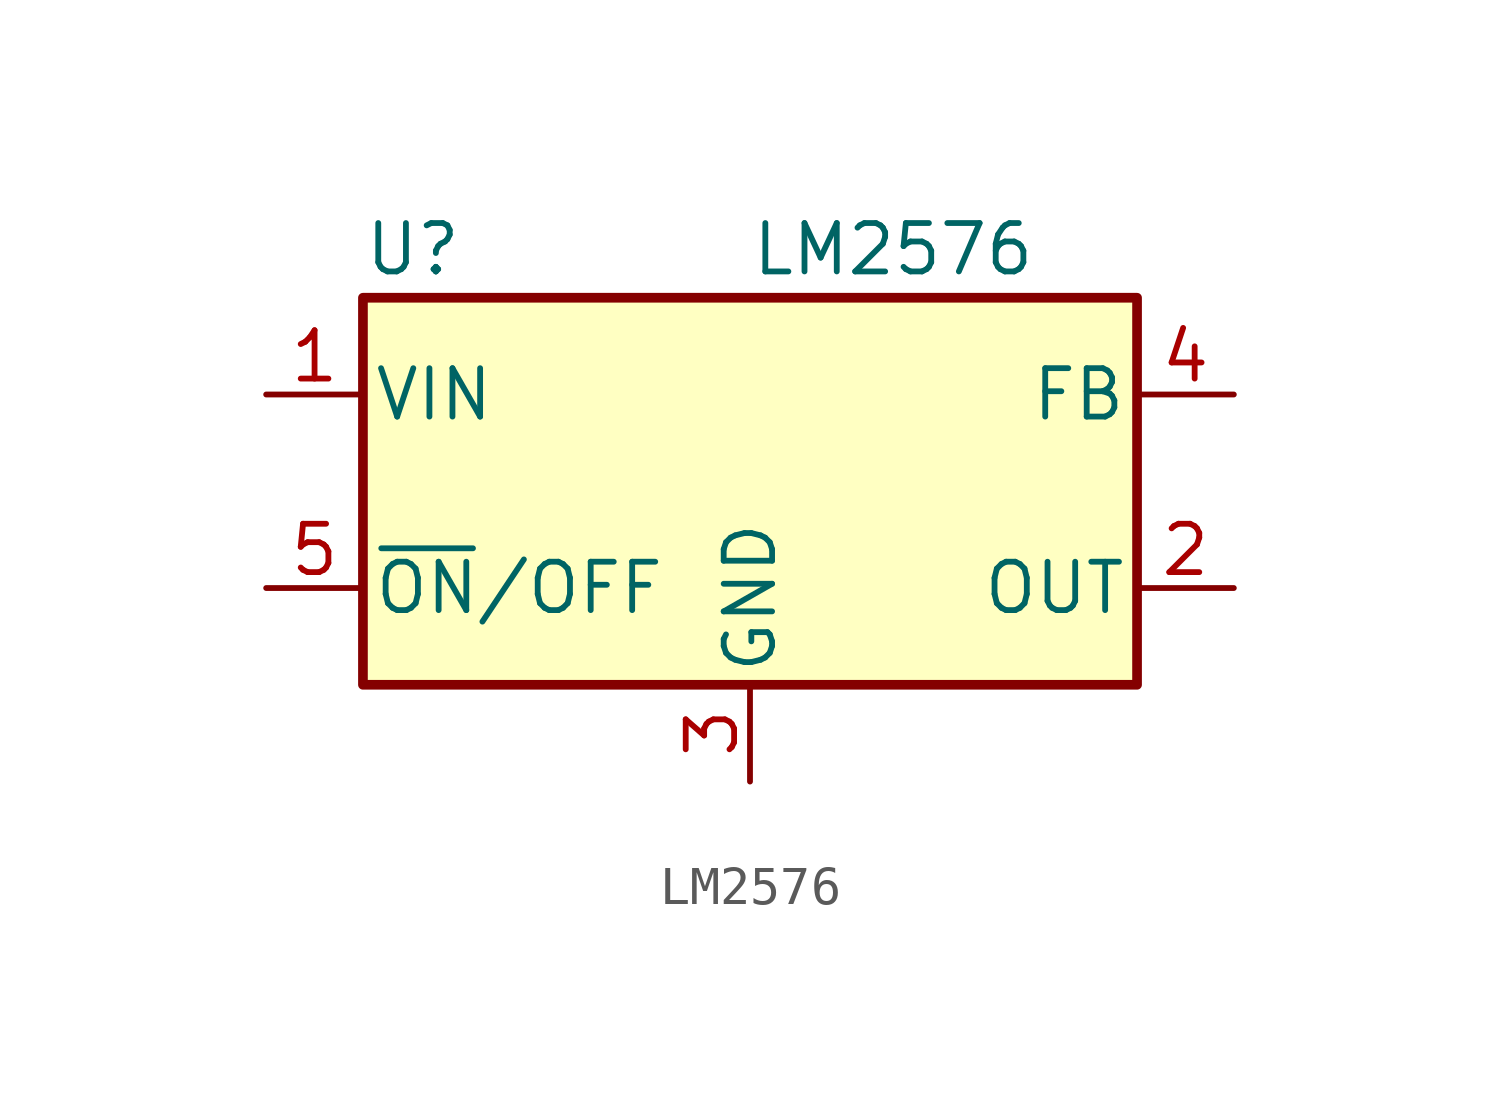
<source format=kicad_sym>
(kicad_symbol_lib
  (version 20231120)
  (generator "kicad_symbol_editor")
  (generator_version "8.0")
  (symbol "LM2576"
    (pin_names
      (offset 0.254))
    (property "Reference" "U"
      (at -10.16 6.35 0)
      (effects (font (size 1.27 1.27)) (justify left)))
    (property "Value" "LM2576"
      (at 0 6.35 0)
      (effects (font (size 1.27 1.27)) (justify left)))
    (symbol "LM2576_0_1"
      (rectangle (start -10.16 5.08) (end 10.16 -5.08) (stroke (width 0.254) (type default)) (fill (type background))))
    (symbol "LM2576_1_1"
      (pin power_in line (at -12.7 2.54 0) (length 2.54) (name "VIN" (effects (font (size 1.27 1.27)))) (number "1" (effects (font (size 1.27 1.27)))))
      (pin output line (at 12.7 -2.54 180) (length 2.54) (name "OUT" (effects (font (size 1.27 1.27)))) (number "2" (effects (font (size 1.27 1.27)))))
      (pin power_in line (at 0 -7.62 90) (length 2.54) (name "GND" (effects (font (size 1.27 1.27)))) (number "3" (effects (font (size 1.27 1.27)))))
      (pin input line (at 12.7 2.54 180) (length 2.54) (name "FB" (effects (font (size 1.27 1.27)))) (number "4" (effects (font (size 1.27 1.27)))))
      (pin input line (at -12.7 -2.54 0) (length 2.54) (name "~{ON}/OFF" (effects (font (size 1.27 1.27)))) (number "5" (effects (font (size 1.27 1.27))))))))
</source>
